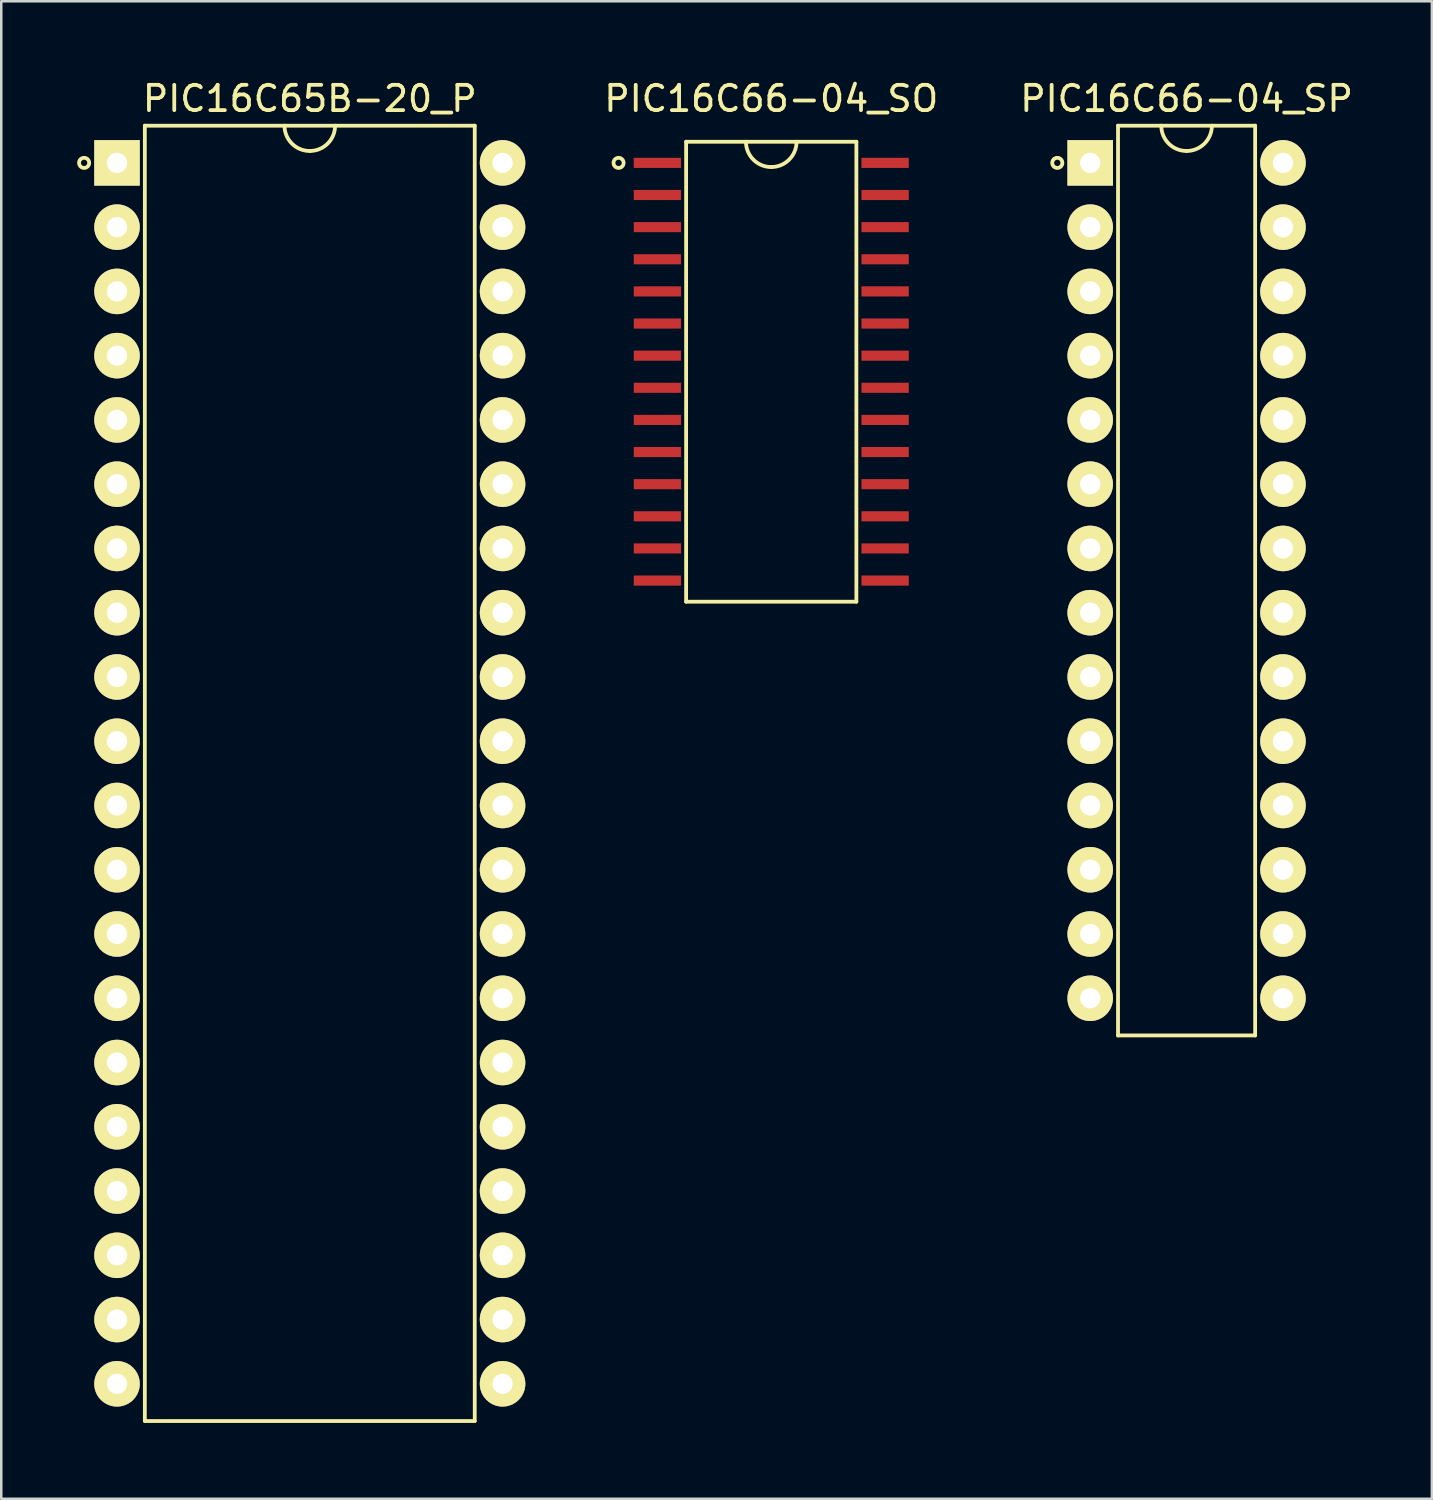
<source format=kicad_pcb>
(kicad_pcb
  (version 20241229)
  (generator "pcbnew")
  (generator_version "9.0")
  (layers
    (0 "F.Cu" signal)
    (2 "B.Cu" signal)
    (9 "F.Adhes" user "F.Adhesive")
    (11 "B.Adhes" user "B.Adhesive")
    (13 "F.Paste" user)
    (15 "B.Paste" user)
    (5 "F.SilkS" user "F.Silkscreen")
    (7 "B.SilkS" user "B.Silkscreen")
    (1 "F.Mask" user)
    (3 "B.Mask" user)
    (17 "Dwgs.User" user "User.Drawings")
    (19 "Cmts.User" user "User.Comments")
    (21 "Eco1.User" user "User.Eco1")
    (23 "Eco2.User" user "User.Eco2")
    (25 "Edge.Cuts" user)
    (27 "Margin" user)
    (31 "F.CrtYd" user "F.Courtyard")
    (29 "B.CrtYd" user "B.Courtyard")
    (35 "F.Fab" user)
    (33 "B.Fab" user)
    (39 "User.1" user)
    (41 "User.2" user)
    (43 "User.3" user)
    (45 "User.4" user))
  (footprint "PIC16C65B-20_P"
    (layer "F.Cu")
    (at 1.575 3.388)
    (property "Reference" "PIC16C65B-20_P" (at 7.62 -2.54 0) (layer "F.SilkS") (effects (font (size 1 1) (thickness 0.15))))
    (attr through_hole)
    (fp_line (start 1.1 -1.47) (end 14.14 -1.47) (stroke (width 0.15) (type solid)) (layer "F.SilkS"))
    (fp_line (start 1.1 49.73) (end 1.1 -1.47) (stroke (width 0.15) (type solid)) (layer "F.SilkS"))
    (fp_line (start 14.14 -1.47) (end 14.14 49.73) (stroke (width 0.15) (type solid)) (layer "F.SilkS"))
    (fp_line (start 14.14 49.73) (end 1.1 49.73) (stroke (width 0.15) (type solid)) (layer "F.SilkS"))
    (fp_arc (start 7.62 -0.47) (mid 6.912893 -0.762893) (end 6.62 -1.47) (stroke (width 0.15) (type solid)) (layer "F.SilkS"))
    (fp_arc (start 8.62 -1.47) (mid 8.327107 -0.762893) (end 7.62 -0.47) (stroke (width 0.15) (type solid)) (layer "F.SilkS"))
    (fp_circle (center -1.3 0) (end -1.3 0.2) (stroke (width 0.15) (type solid)) (fill no) (layer "F.SilkS"))
    (pad "1" thru_hole rect (at 0 0) (size 1.8 1.8) (drill 0.8) (layers "*.Cu" "*.Mask" "F.SilkS"))
    (pad "2" thru_hole circle (at 0 2.54) (size 1.8 1.8) (drill 0.8) (layers "*.Cu" "*.Mask" "F.SilkS"))
    (pad "3" thru_hole circle (at 0 5.08) (size 1.8 1.8) (drill 0.8) (layers "*.Cu" "*.Mask" "F.SilkS"))
    (pad "4" thru_hole circle (at 0 7.62) (size 1.8 1.8) (drill 0.8) (layers "*.Cu" "*.Mask" "F.SilkS"))
    (pad "5" thru_hole circle (at 0 10.16) (size 1.8 1.8) (drill 0.8) (layers "*.Cu" "*.Mask" "F.SilkS"))
    (pad "6" thru_hole circle (at 0 12.7) (size 1.8 1.8) (drill 0.8) (layers "*.Cu" "*.Mask" "F.SilkS"))
    (pad "7" thru_hole circle (at 0 15.24) (size 1.8 1.8) (drill 0.8) (layers "*.Cu" "*.Mask" "F.SilkS"))
    (pad "8" thru_hole circle (at 0 17.78) (size 1.8 1.8) (drill 0.8) (layers "*.Cu" "*.Mask" "F.SilkS"))
    (pad "9" thru_hole circle (at 0 20.32) (size 1.8 1.8) (drill 0.8) (layers "*.Cu" "*.Mask" "F.SilkS"))
    (pad "10" thru_hole circle (at 0 22.86) (size 1.8 1.8) (drill 0.8) (layers "*.Cu" "*.Mask" "F.SilkS"))
    (pad "11" thru_hole circle (at 0 25.4) (size 1.8 1.8) (drill 0.8) (layers "*.Cu" "*.Mask" "F.SilkS"))
    (pad "12" thru_hole circle (at 0 27.94) (size 1.8 1.8) (drill 0.8) (layers "*.Cu" "*.Mask" "F.SilkS"))
    (pad "13" thru_hole circle (at 0 30.48) (size 1.8 1.8) (drill 0.8) (layers "*.Cu" "*.Mask" "F.SilkS"))
    (pad "14" thru_hole circle (at 0 33.02) (size 1.8 1.8) (drill 0.8) (layers "*.Cu" "*.Mask" "F.SilkS"))
    (pad "15" thru_hole circle (at 0 35.56) (size 1.8 1.8) (drill 0.8) (layers "*.Cu" "*.Mask" "F.SilkS"))
    (pad "16" thru_hole circle (at 0 38.1) (size 1.8 1.8) (drill 0.8) (layers "*.Cu" "*.Mask" "F.SilkS"))
    (pad "17" thru_hole circle (at 0 40.64) (size 1.8 1.8) (drill 0.8) (layers "*.Cu" "*.Mask" "F.SilkS"))
    (pad "18" thru_hole circle (at 0 43.18) (size 1.8 1.8) (drill 0.8) (layers "*.Cu" "*.Mask" "F.SilkS"))
    (pad "19" thru_hole circle (at 0 45.72) (size 1.8 1.8) (drill 0.8) (layers "*.Cu" "*.Mask" "F.SilkS"))
    (pad "20" thru_hole circle (at 0 48.26) (size 1.8 1.8) (drill 0.8) (layers "*.Cu" "*.Mask" "F.SilkS"))
    (pad "21" thru_hole circle (at 15.24 48.26) (size 1.8 1.8) (drill 0.8) (layers "*.Cu" "*.Mask" "F.SilkS"))
    (pad "22" thru_hole circle (at 15.24 45.72) (size 1.8 1.8) (drill 0.8) (layers "*.Cu" "*.Mask" "F.SilkS"))
    (pad "23" thru_hole circle (at 15.24 43.18) (size 1.8 1.8) (drill 0.8) (layers "*.Cu" "*.Mask" "F.SilkS"))
    (pad "24" thru_hole circle (at 15.24 40.64) (size 1.8 1.8) (drill 0.8) (layers "*.Cu" "*.Mask" "F.SilkS"))
    (pad "25" thru_hole circle (at 15.24 38.1) (size 1.8 1.8) (drill 0.8) (layers "*.Cu" "*.Mask" "F.SilkS"))
    (pad "26" thru_hole circle (at 15.24 35.56) (size 1.8 1.8) (drill 0.8) (layers "*.Cu" "*.Mask" "F.SilkS"))
    (pad "27" thru_hole circle (at 15.24 33.02) (size 1.8 1.8) (drill 0.8) (layers "*.Cu" "*.Mask" "F.SilkS"))
    (pad "28" thru_hole circle (at 15.24 30.48) (size 1.8 1.8) (drill 0.8) (layers "*.Cu" "*.Mask" "F.SilkS"))
    (pad "29" thru_hole circle (at 15.24 27.94) (size 1.8 1.8) (drill 0.8) (layers "*.Cu" "*.Mask" "F.SilkS"))
    (pad "30" thru_hole circle (at 15.24 25.4) (size 1.8 1.8) (drill 0.8) (layers "*.Cu" "*.Mask" "F.SilkS"))
    (pad "31" thru_hole circle (at 15.24 22.86) (size 1.8 1.8) (drill 0.8) (layers "*.Cu" "*.Mask" "F.SilkS"))
    (pad "32" thru_hole circle (at 15.24 20.32) (size 1.8 1.8) (drill 0.8) (layers "*.Cu" "*.Mask" "F.SilkS"))
    (pad "33" thru_hole circle (at 15.24 17.78) (size 1.8 1.8) (drill 0.8) (layers "*.Cu" "*.Mask" "F.SilkS"))
    (pad "34" thru_hole circle (at 15.24 15.24) (size 1.8 1.8) (drill 0.8) (layers "*.Cu" "*.Mask" "F.SilkS"))
    (pad "35" thru_hole circle (at 15.24 12.7) (size 1.8 1.8) (drill 0.8) (layers "*.Cu" "*.Mask" "F.SilkS"))
    (pad "36" thru_hole circle (at 15.24 10.16) (size 1.8 1.8) (drill 0.8) (layers "*.Cu" "*.Mask" "F.SilkS"))
    (pad "37" thru_hole circle (at 15.24 7.62) (size 1.8 1.8) (drill 0.8) (layers "*.Cu" "*.Mask" "F.SilkS"))
    (pad "38" thru_hole circle (at 15.24 5.08) (size 1.8 1.8) (drill 0.8) (layers "*.Cu" "*.Mask" "F.SilkS"))
    (pad "39" thru_hole circle (at 15.24 2.54) (size 1.8 1.8) (drill 0.8) (layers "*.Cu" "*.Mask" "F.SilkS"))
    (pad "40" thru_hole circle (at 15.24 0) (size 1.8 1.8) (drill 0.8) (layers "*.Cu" "*.Mask" "F.SilkS")))
  (footprint "PIC16C66-04_SO"
    (layer "F.Cu")
    (at 22.935 3.388)
    (property "Reference" "PIC16C66-04_SO" (at 4.5 -2.54 0) (layer "F.SilkS") (effects (font (size 1 1) (thickness 0.15))))
    (attr through_hole)
    (fp_line (start 1.135 -0.835) (end 7.865 -0.835) (stroke (width 0.15) (type solid)) (layer "F.SilkS"))
    (fp_line (start 1.135 17.345) (end 1.135 -0.835) (stroke (width 0.15) (type solid)) (layer "F.SilkS"))
    (fp_line (start 7.865 -0.835) (end 7.865 17.345) (stroke (width 0.15) (type solid)) (layer "F.SilkS"))
    (fp_line (start 7.865 17.345) (end 1.135 17.345) (stroke (width 0.15) (type solid)) (layer "F.SilkS"))
    (fp_arc (start 4.5 0.165) (mid 3.792893 -0.127893) (end 3.5 -0.835) (stroke (width 0.15) (type solid)) (layer "F.SilkS"))
    (fp_arc (start 5.5 -0.835) (mid 5.207107 -0.127893) (end 4.5 0.165) (stroke (width 0.15) (type solid)) (layer "F.SilkS"))
    (fp_circle (center -1.535 0) (end -1.535 0.2) (stroke (width 0.15) (type solid)) (fill no) (layer "F.SilkS"))
    (pad "1" smd rect (at 0 0) (size 1.87 0.4) (layers "F.Cu" "F.Mask" "F.Paste"))
    (pad "2" smd rect (at 0 1.27) (size 1.87 0.4) (layers "F.Cu" "F.Mask" "F.Paste"))
    (pad "3" smd rect (at 0 2.54) (size 1.87 0.4) (layers "F.Cu" "F.Mask" "F.Paste"))
    (pad "4" smd rect (at 0 3.81) (size 1.87 0.4) (layers "F.Cu" "F.Mask" "F.Paste"))
    (pad "5" smd rect (at 0 5.08) (size 1.87 0.4) (layers "F.Cu" "F.Mask" "F.Paste"))
    (pad "6" smd rect (at 0 6.35) (size 1.87 0.4) (layers "F.Cu" "F.Mask" "F.Paste"))
    (pad "7" smd rect (at 0 7.62) (size 1.87 0.4) (layers "F.Cu" "F.Mask" "F.Paste"))
    (pad "8" smd rect (at 0 8.89) (size 1.87 0.4) (layers "F.Cu" "F.Mask" "F.Paste"))
    (pad "9" smd rect (at 0 10.16) (size 1.87 0.4) (layers "F.Cu" "F.Mask" "F.Paste"))
    (pad "10" smd rect (at 0 11.43) (size 1.87 0.4) (layers "F.Cu" "F.Mask" "F.Paste"))
    (pad "11" smd rect (at 0 12.7) (size 1.87 0.4) (layers "F.Cu" "F.Mask" "F.Paste"))
    (pad "12" smd rect (at 0 13.97) (size 1.87 0.4) (layers "F.Cu" "F.Mask" "F.Paste"))
    (pad "13" smd rect (at 0 15.24) (size 1.87 0.4) (layers "F.Cu" "F.Mask" "F.Paste"))
    (pad "14" smd rect (at 0 16.51) (size 1.87 0.4) (layers "F.Cu" "F.Mask" "F.Paste"))
    (pad "15" smd rect (at 9 16.51) (size 1.87 0.4) (layers "F.Cu" "F.Mask" "F.Paste"))
    (pad "16" smd rect (at 9 15.24) (size 1.87 0.4) (layers "F.Cu" "F.Mask" "F.Paste"))
    (pad "17" smd rect (at 9 13.97) (size 1.87 0.4) (layers "F.Cu" "F.Mask" "F.Paste"))
    (pad "18" smd rect (at 9 12.7) (size 1.87 0.4) (layers "F.Cu" "F.Mask" "F.Paste"))
    (pad "19" smd rect (at 9 11.43) (size 1.87 0.4) (layers "F.Cu" "F.Mask" "F.Paste"))
    (pad "20" smd rect (at 9 10.16) (size 1.87 0.4) (layers "F.Cu" "F.Mask" "F.Paste"))
    (pad "21" smd rect (at 9 8.89) (size 1.87 0.4) (layers "F.Cu" "F.Mask" "F.Paste"))
    (pad "22" smd rect (at 9 7.62) (size 1.87 0.4) (layers "F.Cu" "F.Mask" "F.Paste"))
    (pad "23" smd rect (at 9 6.35) (size 1.87 0.4) (layers "F.Cu" "F.Mask" "F.Paste"))
    (pad "24" smd rect (at 9 5.08) (size 1.87 0.4) (layers "F.Cu" "F.Mask" "F.Paste"))
    (pad "25" smd rect (at 9 3.81) (size 1.87 0.4) (layers "F.Cu" "F.Mask" "F.Paste"))
    (pad "26" smd rect (at 9 2.54) (size 1.87 0.4) (layers "F.Cu" "F.Mask" "F.Paste"))
    (pad "27" smd rect (at 9 1.27) (size 1.87 0.4) (layers "F.Cu" "F.Mask" "F.Paste"))
    (pad "28" smd rect (at 9 0) (size 1.87 0.4) (layers "F.Cu" "F.Mask" "F.Paste")))
  (footprint "PIC16C66-04_SP"
    (layer "F.Cu")
    (at 40.042 3.388)
    (property "Reference" "PIC16C66-04_SP" (at 3.81 -2.54 0) (layer "F.SilkS") (effects (font (size 1 1) (thickness 0.15))))
    (attr through_hole)
    (fp_line (start 1.1 -1.47) (end 6.52 -1.47) (stroke (width 0.15) (type solid)) (layer "F.SilkS"))
    (fp_line (start 1.1 34.49) (end 1.1 -1.47) (stroke (width 0.15) (type solid)) (layer "F.SilkS"))
    (fp_line (start 6.52 -1.47) (end 6.52 34.49) (stroke (width 0.15) (type solid)) (layer "F.SilkS"))
    (fp_line (start 6.52 34.49) (end 1.1 34.49) (stroke (width 0.15) (type solid)) (layer "F.SilkS"))
    (fp_arc (start 3.81 -0.47) (mid 3.102893 -0.762893) (end 2.81 -1.47) (stroke (width 0.15) (type solid)) (layer "F.SilkS"))
    (fp_arc (start 4.81 -1.47) (mid 4.517107 -0.762893) (end 3.81 -0.47) (stroke (width 0.15) (type solid)) (layer "F.SilkS"))
    (fp_circle (center -1.3 0) (end -1.3 0.2) (stroke (width 0.15) (type solid)) (fill no) (layer "F.SilkS"))
    (pad "1" thru_hole rect (at 0 0) (size 1.8 1.8) (drill 0.8) (layers "*.Cu" "*.Mask" "F.SilkS"))
    (pad "2" thru_hole circle (at 0 2.54) (size 1.8 1.8) (drill 0.8) (layers "*.Cu" "*.Mask" "F.SilkS"))
    (pad "3" thru_hole circle (at 0 5.08) (size 1.8 1.8) (drill 0.8) (layers "*.Cu" "*.Mask" "F.SilkS"))
    (pad "4" thru_hole circle (at 0 7.62) (size 1.8 1.8) (drill 0.8) (layers "*.Cu" "*.Mask" "F.SilkS"))
    (pad "5" thru_hole circle (at 0 10.16) (size 1.8 1.8) (drill 0.8) (layers "*.Cu" "*.Mask" "F.SilkS"))
    (pad "6" thru_hole circle (at 0 12.7) (size 1.8 1.8) (drill 0.8) (layers "*.Cu" "*.Mask" "F.SilkS"))
    (pad "7" thru_hole circle (at 0 15.24) (size 1.8 1.8) (drill 0.8) (layers "*.Cu" "*.Mask" "F.SilkS"))
    (pad "8" thru_hole circle (at 0 17.78) (size 1.8 1.8) (drill 0.8) (layers "*.Cu" "*.Mask" "F.SilkS"))
    (pad "9" thru_hole circle (at 0 20.32) (size 1.8 1.8) (drill 0.8) (layers "*.Cu" "*.Mask" "F.SilkS"))
    (pad "10" thru_hole circle (at 0 22.86) (size 1.8 1.8) (drill 0.8) (layers "*.Cu" "*.Mask" "F.SilkS"))
    (pad "11" thru_hole circle (at 0 25.4) (size 1.8 1.8) (drill 0.8) (layers "*.Cu" "*.Mask" "F.SilkS"))
    (pad "12" thru_hole circle (at 0 27.94) (size 1.8 1.8) (drill 0.8) (layers "*.Cu" "*.Mask" "F.SilkS"))
    (pad "13" thru_hole circle (at 0 30.48) (size 1.8 1.8) (drill 0.8) (layers "*.Cu" "*.Mask" "F.SilkS"))
    (pad "14" thru_hole circle (at 0 33.02) (size 1.8 1.8) (drill 0.8) (layers "*.Cu" "*.Mask" "F.SilkS"))
    (pad "15" thru_hole circle (at 7.62 33.02) (size 1.8 1.8) (drill 0.8) (layers "*.Cu" "*.Mask" "F.SilkS"))
    (pad "16" thru_hole circle (at 7.62 30.48) (size 1.8 1.8) (drill 0.8) (layers "*.Cu" "*.Mask" "F.SilkS"))
    (pad "17" thru_hole circle (at 7.62 27.94) (size 1.8 1.8) (drill 0.8) (layers "*.Cu" "*.Mask" "F.SilkS"))
    (pad "18" thru_hole circle (at 7.62 25.4) (size 1.8 1.8) (drill 0.8) (layers "*.Cu" "*.Mask" "F.SilkS"))
    (pad "19" thru_hole circle (at 7.62 22.86) (size 1.8 1.8) (drill 0.8) (layers "*.Cu" "*.Mask" "F.SilkS"))
    (pad "20" thru_hole circle (at 7.62 20.32) (size 1.8 1.8) (drill 0.8) (layers "*.Cu" "*.Mask" "F.SilkS"))
    (pad "21" thru_hole circle (at 7.62 17.78) (size 1.8 1.8) (drill 0.8) (layers "*.Cu" "*.Mask" "F.SilkS"))
    (pad "22" thru_hole circle (at 7.62 15.24) (size 1.8 1.8) (drill 0.8) (layers "*.Cu" "*.Mask" "F.SilkS"))
    (pad "23" thru_hole circle (at 7.62 12.7) (size 1.8 1.8) (drill 0.8) (layers "*.Cu" "*.Mask" "F.SilkS"))
    (pad "24" thru_hole circle (at 7.62 10.16) (size 1.8 1.8) (drill 0.8) (layers "*.Cu" "*.Mask" "F.SilkS"))
    (pad "25" thru_hole circle (at 7.62 7.62) (size 1.8 1.8) (drill 0.8) (layers "*.Cu" "*.Mask" "F.SilkS"))
    (pad "26" thru_hole circle (at 7.62 5.08) (size 1.8 1.8) (drill 0.8) (layers "*.Cu" "*.Mask" "F.SilkS"))
    (pad "27" thru_hole circle (at 7.62 2.54) (size 1.8 1.8) (drill 0.8) (layers "*.Cu" "*.Mask" "F.SilkS"))
    (pad "28" thru_hole circle (at 7.62 0) (size 1.8 1.8) (drill 0.8) (layers "*.Cu" "*.Mask" "F.SilkS")))
  (gr_rect
    (start -3 -3)
    (end 53.548 56.193)
    (stroke (width 0.1) (type default))
    (fill no)
    (layer "Edge.Cuts")))
</source>
